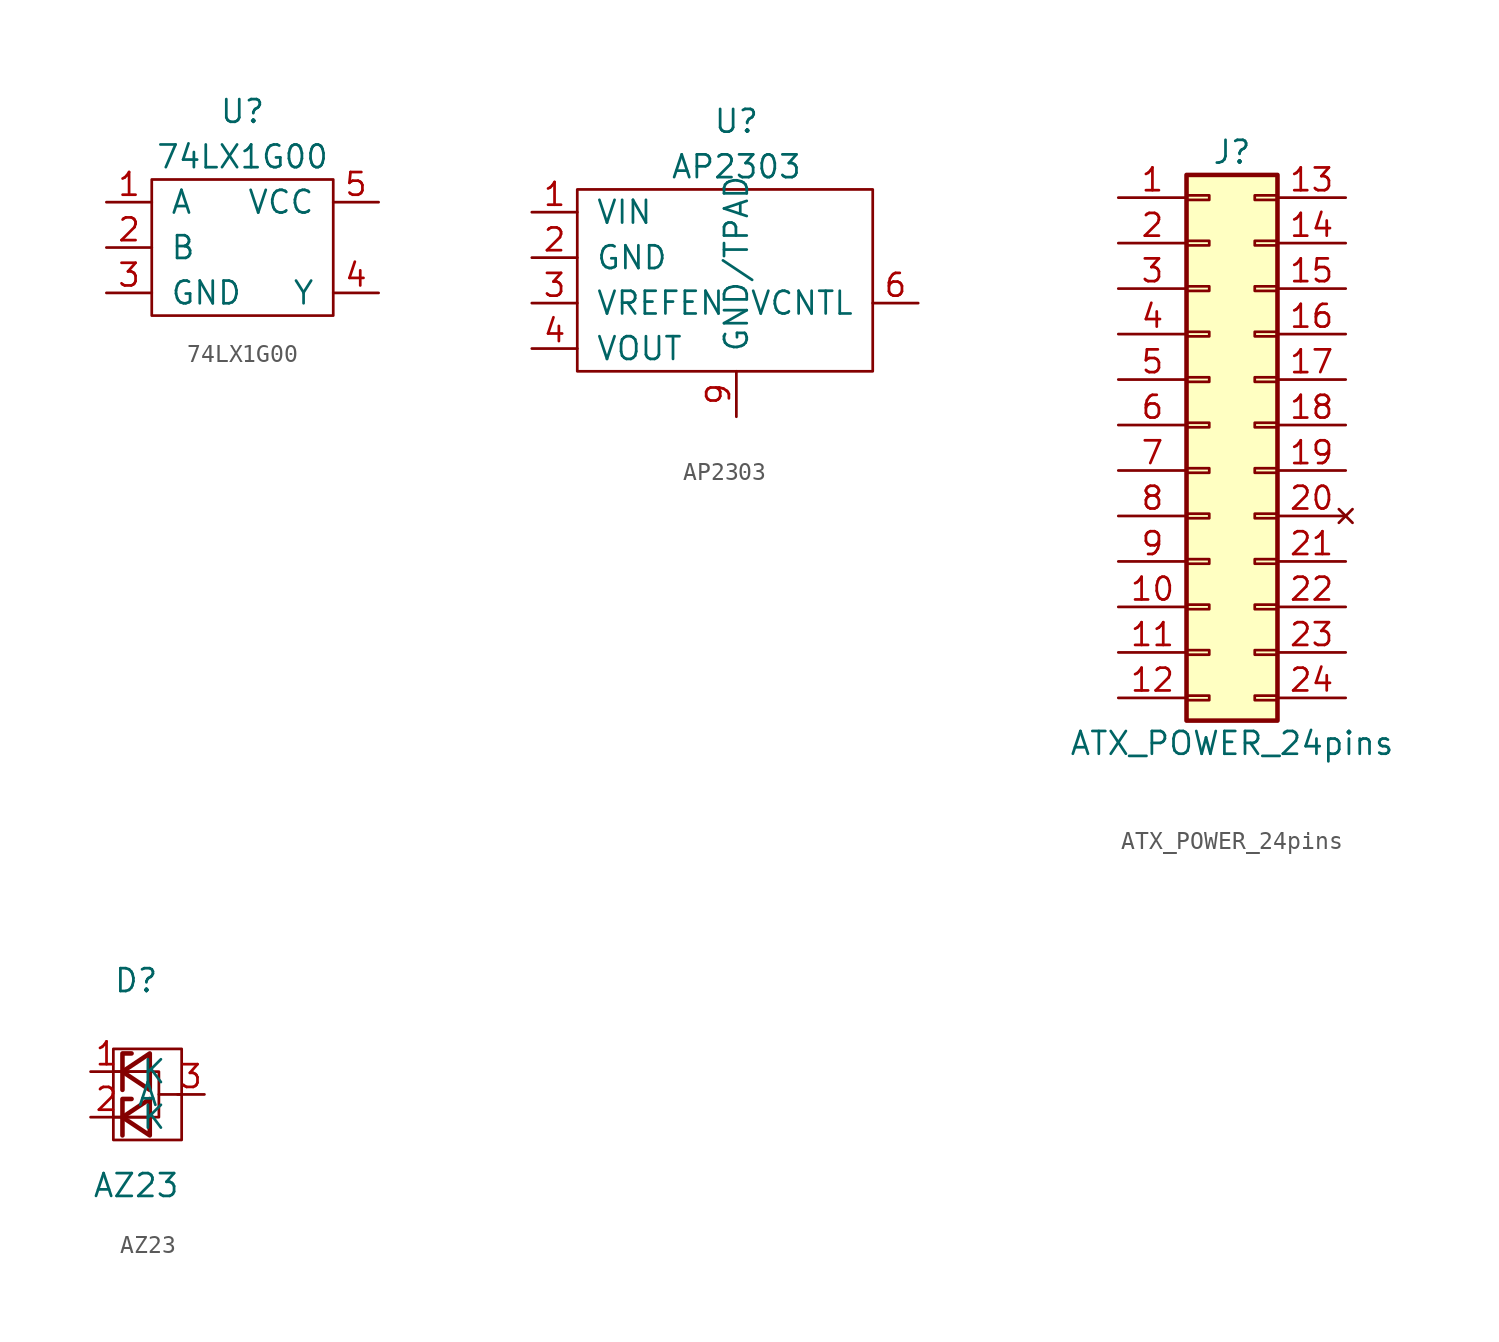
<source format=kicad_sym>
(kicad_symbol_lib
  (version 20200908)
  (generator kicad_symbol_editor)
  (symbol "Fuzzy1:74LX1G00"
    (pin_names
      (offset 1.016))
    (property "Reference" "U"
      (at 0 7.62 0)
      (effects (font (size 1.27 1.27))))
    (property "Value" "74LX1G00"
      (at 0 5.08 0)
      (effects (font (size 1.27 1.27))))
    (symbol "74LX1G00_0_1"
      (rectangle (start -5.08 3.81) (end 5.08 -3.81) (stroke (width 0)) (fill (type none))))
    (symbol "74LX1G00_0_0"
      (pin input line (at -7.62 2.54 0) (length 2.54) (name "A" (effects (font (size 1.27 1.27)))) (number "1" (effects (font (size 1.27 1.27)))))
      (pin input line (at -7.62 0 0) (length 2.54) (name "B" (effects (font (size 1.27 1.27)))) (number "2" (effects (font (size 1.27 1.27)))))
      (pin power_out line (at -7.62 -2.54 0) (length 2.54) (name "GND" (effects (font (size 1.27 1.27)))) (number "3" (effects (font (size 1.27 1.27)))))
      (pin output line (at 7.62 -2.54 180) (length 2.54) (name "Y" (effects (font (size 1.27 1.27)))) (number "4" (effects (font (size 1.27 1.27)))))
      (pin power_in line (at 7.62 2.54 180) (length 2.54) (name "VCC" (effects (font (size 1.27 1.27)))) (number "5" (effects (font (size 1.27 1.27)))))))
  (symbol "Fuzzy1:AP2303"
    (pin_names
      (offset 1.016))
    (property "Reference" "U"
      (at 0 8.89 0)
      (effects (font (size 1.27 1.27))))
    (property "Value" "AP2303"
      (at 0 6.35 0)
      (effects (font (size 1.27 1.27))))
    (symbol "AP2303_0_1"
      (rectangle (start -8.89 5.08) (end 7.62 -5.08) (stroke (width 0)) (fill (type none))))
    (symbol "AP2303_1_1"
      (pin power_in line (at -11.43 3.81 0) (length 2.54) (name "VIN" (effects (font (size 1.27 1.27)))) (number "1" (effects (font (size 1.27 1.27)))))
      (pin power_in line (at -11.43 1.27 0) (length 2.54) (name "GND" (effects (font (size 1.27 1.27)))) (number "2" (effects (font (size 1.27 1.27)))))
      (pin input line (at -11.43 -1.27 0) (length 2.54) (name "VREFEN" (effects (font (size 1.27 1.27)))) (number "3" (effects (font (size 1.27 1.27)))))
      (pin power_out line (at -11.43 -3.81 0) (length 2.54) (name "VOUT" (effects (font (size 1.27 1.27)))) (number "4" (effects (font (size 1.27 1.27)))))
      (pin unconnected line (at 10.16 -3.81 180) (length 2.54) hide (name "NC" (effects (font (size 1.27 1.27)))) (number "5" (effects (font (size 1.27 1.27)))))
      (pin input line (at 10.16 -1.27 180) (length 2.54) (name "VCNTL" (effects (font (size 1.27 1.27)))) (number "6" (effects (font (size 1.27 1.27)))))
      (pin unconnected line (at 10.16 1.27 180) (length 2.54) hide (name "NC" (effects (font (size 1.27 1.27)))) (number "7" (effects (font (size 1.27 1.27)))))
      (pin unconnected line (at 10.16 3.81 180) (length 2.54) hide (name "NC" (effects (font (size 1.27 1.27)))) (number "8" (effects (font (size 1.27 1.27)))))
      (pin power_in line (at 0 -7.62 90) (length 2.54) (name "GND/TPAD" (effects (font (size 1.27 1.27)))) (number "9" (effects (font (size 1.27 1.27)))))))
  (symbol "Fuzzy1:ATX_POWER_24pins"
    (pin_names
      (offset 1.016) hide)
    (property "Reference" "J"
      (at 1.27 15.24 0)
      (effects (font (size 1.27 1.27))))
    (property "Value" "ATX_POWER_24pins"
      (at 1.27 -17.78 0)
      (effects (font (size 1.27 1.27))))
    (symbol "ATX_POWER_24pins_1_1"
      (rectangle (start -1.27 -15.113) (end 0 -15.367) (stroke (width 0.152)) (fill (type none)))
      (rectangle (start -1.27 -12.573) (end 0 -12.827) (stroke (width 0.152)) (fill (type none)))
      (rectangle (start -1.27 -10.033) (end 0 -10.287) (stroke (width 0.152)) (fill (type none)))
      (rectangle (start -1.27 -7.493) (end 0 -7.747) (stroke (width 0.152)) (fill (type none)))
      (rectangle (start -1.27 -4.953) (end 0 -5.207) (stroke (width 0.152)) (fill (type none)))
      (rectangle (start -1.27 -2.413) (end 0 -2.667) (stroke (width 0.152)) (fill (type none)))
      (rectangle (start -1.27 0.127) (end 0 -0.127) (stroke (width 0.152)) (fill (type none)))
      (rectangle (start -1.27 2.667) (end 0 2.413) (stroke (width 0.152)) (fill (type none)))
      (rectangle (start -1.27 5.207) (end 0 4.953) (stroke (width 0.152)) (fill (type none)))
      (rectangle (start -1.27 7.747) (end 0 7.493) (stroke (width 0.152)) (fill (type none)))
      (rectangle (start -1.27 10.287) (end 0 10.033) (stroke (width 0.152)) (fill (type none)))
      (rectangle (start -1.27 12.827) (end 0 12.573) (stroke (width 0.152)) (fill (type none)))
      (rectangle (start -1.27 13.97) (end 3.81 -16.51) (stroke (width 0.254)) (fill (type background)))
      (rectangle (start 3.81 -15.113) (end 2.54 -15.367) (stroke (width 0.152)) (fill (type none)))
      (rectangle (start 3.81 -12.573) (end 2.54 -12.827) (stroke (width 0.152)) (fill (type none)))
      (rectangle (start 3.81 -10.033) (end 2.54 -10.287) (stroke (width 0.152)) (fill (type none)))
      (rectangle (start 3.81 -7.493) (end 2.54 -7.747) (stroke (width 0.152)) (fill (type none)))
      (rectangle (start 3.81 -4.953) (end 2.54 -5.207) (stroke (width 0.152)) (fill (type none)))
      (rectangle (start 3.81 -2.413) (end 2.54 -2.667) (stroke (width 0.152)) (fill (type none)))
      (rectangle (start 3.81 0.127) (end 2.54 -0.127) (stroke (width 0.152)) (fill (type none)))
      (rectangle (start 3.81 2.667) (end 2.54 2.413) (stroke (width 0.152)) (fill (type none)))
      (rectangle (start 3.81 5.207) (end 2.54 4.953) (stroke (width 0.152)) (fill (type none)))
      (rectangle (start 3.81 7.747) (end 2.54 7.493) (stroke (width 0.152)) (fill (type none)))
      (rectangle (start 3.81 10.287) (end 2.54 10.033) (stroke (width 0.152)) (fill (type none)))
      (rectangle (start 3.81 12.827) (end 2.54 12.573) (stroke (width 0.152)) (fill (type none)))
      (pin power_out line (at -5.08 12.7 0) (length 3.81) (name "+3.3V" (effects (font (size 1.27 1.27)))) (number "1" (effects (font (size 1.27 1.27)))))
      (pin power_out line (at -5.08 -10.16 0) (length 3.81) (name "+12V" (effects (font (size 1.27 1.27)))) (number "10" (effects (font (size 1.27 1.27)))))
      (pin power_out line (at -5.08 -12.7 0) (length 3.81) (name "+12V" (effects (font (size 1.27 1.27)))) (number "11" (effects (font (size 1.27 1.27)))))
      (pin power_out line (at -5.08 -15.24 0) (length 3.81) (name "+3.3V" (effects (font (size 1.27 1.27)))) (number "12" (effects (font (size 1.27 1.27)))))
      (pin power_out line (at 7.62 12.7 180) (length 3.81) (name "+3.3V" (effects (font (size 1.27 1.27)))) (number "13" (effects (font (size 1.27 1.27)))))
      (pin power_out line (at 7.62 10.16 180) (length 3.81) (name "-12V" (effects (font (size 1.27 1.27)))) (number "14" (effects (font (size 1.27 1.27)))))
      (pin power_out line (at 7.62 7.62 180) (length 3.81) (name "GND" (effects (font (size 1.27 1.27)))) (number "15" (effects (font (size 1.27 1.27)))))
      (pin input line (at 7.62 5.08 180) (length 3.81) (name "EN" (effects (font (size 1.27 1.27)))) (number "16" (effects (font (size 1.27 1.27)))))
      (pin power_out line (at 7.62 2.54 180) (length 3.81) (name "GND" (effects (font (size 1.27 1.27)))) (number "17" (effects (font (size 1.27 1.27)))))
      (pin power_out line (at 7.62 0 180) (length 3.81) (name "GND" (effects (font (size 1.27 1.27)))) (number "18" (effects (font (size 1.27 1.27)))))
      (pin power_out line (at 7.62 -2.54 180) (length 3.81) (name "GND" (effects (font (size 1.27 1.27)))) (number "19" (effects (font (size 1.27 1.27)))))
      (pin power_out line (at -5.08 10.16 0) (length 3.81) (name "+3.3V" (effects (font (size 1.27 1.27)))) (number "2" (effects (font (size 1.27 1.27)))))
      (pin unconnected line (at 7.62 -5.08 180) (length 3.81) (name "NC" (effects (font (size 1.27 1.27)))) (number "20" (effects (font (size 1.27 1.27)))))
      (pin power_out line (at 7.62 -7.62 180) (length 3.81) (name "+5V" (effects (font (size 1.27 1.27)))) (number "21" (effects (font (size 1.27 1.27)))))
      (pin power_out line (at 7.62 -10.16 180) (length 3.81) (name "+5V" (effects (font (size 1.27 1.27)))) (number "22" (effects (font (size 1.27 1.27)))))
      (pin power_out line (at 7.62 -12.7 180) (length 3.81) (name "+5V" (effects (font (size 1.27 1.27)))) (number "23" (effects (font (size 1.27 1.27)))))
      (pin power_out line (at 7.62 -15.24 180) (length 3.81) (name "GND" (effects (font (size 1.27 1.27)))) (number "24" (effects (font (size 1.27 1.27)))))
      (pin power_out line (at -5.08 7.62 0) (length 3.81) (name "GND" (effects (font (size 1.27 1.27)))) (number "3" (effects (font (size 1.27 1.27)))))
      (pin power_out line (at -5.08 5.08 0) (length 3.81) (name "+5V" (effects (font (size 1.27 1.27)))) (number "4" (effects (font (size 1.27 1.27)))))
      (pin power_out line (at -5.08 2.54 0) (length 3.81) (name "GND" (effects (font (size 1.27 1.27)))) (number "5" (effects (font (size 1.27 1.27)))))
      (pin power_out line (at -5.08 0 0) (length 3.81) (name "+5V" (effects (font (size 1.27 1.27)))) (number "6" (effects (font (size 1.27 1.27)))))
      (pin power_out line (at -5.08 -2.54 0) (length 3.81) (name "GND" (effects (font (size 1.27 1.27)))) (number "7" (effects (font (size 1.27 1.27)))))
      (pin output line (at -5.08 -5.08 0) (length 3.81) (name "PG" (effects (font (size 1.27 1.27)))) (number "8" (effects (font (size 1.27 1.27)))))
      (pin power_out line (at -5.08 -7.62 0) (length 3.81) (name "+5V_Standby" (effects (font (size 1.27 1.27)))) (number "9" (effects (font (size 1.27 1.27)))))))
  (symbol "Fuzzy1:AZ23"
    (pin_names
      (offset 1.016))
    (property "Reference" "D"
      (at 0 6.35 0)
      (effects (font (size 1.27 1.27))))
    (property "Value" "AZ23"
      (at 0 -5.08 0)
      (effects (font (size 1.27 1.27))))
    (symbol "AZ23_0_1"
      (rectangle (start -1.27 -2.54) (end 2.54 2.54) (stroke (width 0)) (fill (type none)))
      (polyline (pts (xy 2.54 0) (xy 1.27 0)) (stroke (width 0)) (fill (type none)))
      (polyline (pts (xy -1.27 -1.27) (xy 1.27 -1.27) (xy 1.27 0) (xy 1.27 1.27) (xy -1.27 1.27)) (stroke (width 0)) (fill (type none))))
    (symbol "AZ23_1_1"
      (polyline (pts (xy 0.762 -1.27) (xy -0.762 -1.27)) (stroke (width 0)) (fill (type none)))
      (polyline (pts (xy 0.762 1.27) (xy -0.762 1.27)) (stroke (width 0)) (fill (type none)))
      (polyline (pts (xy -0.254 -0.254) (xy -0.762 -0.254) (xy -0.762 -2.286)) (stroke (width 0.254)) (fill (type none)))
      (polyline (pts (xy -0.254 2.286) (xy -0.762 2.286) (xy -0.762 0.254)) (stroke (width 0.254)) (fill (type none)))
      (polyline (pts (xy 0.762 -0.254) (xy -0.762 -1.27) (xy 0.762 -2.286) (xy 0.762 -0.254)) (stroke (width 0.254)) (fill (type none)))
      (polyline (pts (xy 0.762 2.286) (xy -0.762 1.27) (xy 0.762 0.254) (xy 0.762 2.286)) (stroke (width 0.254)) (fill (type none)))
      (pin passive line (at -2.54 1.27 0) (length 1.778) (name "K" (effects (font (size 1.27 1.27)))) (number "1" (effects (font (size 1.27 1.27)))))
      (pin passive line (at -2.54 -1.27 0) (length 1.778) (name "K" (effects (font (size 1.27 1.27)))) (number "2" (effects (font (size 1.27 1.27)))))
      (pin passive line (at 3.81 0 180) (length 1.499) (name "A" (effects (font (size 1.27 1.27)))) (number "3" (effects (font (size 1.27 1.27))))))))
</source>
